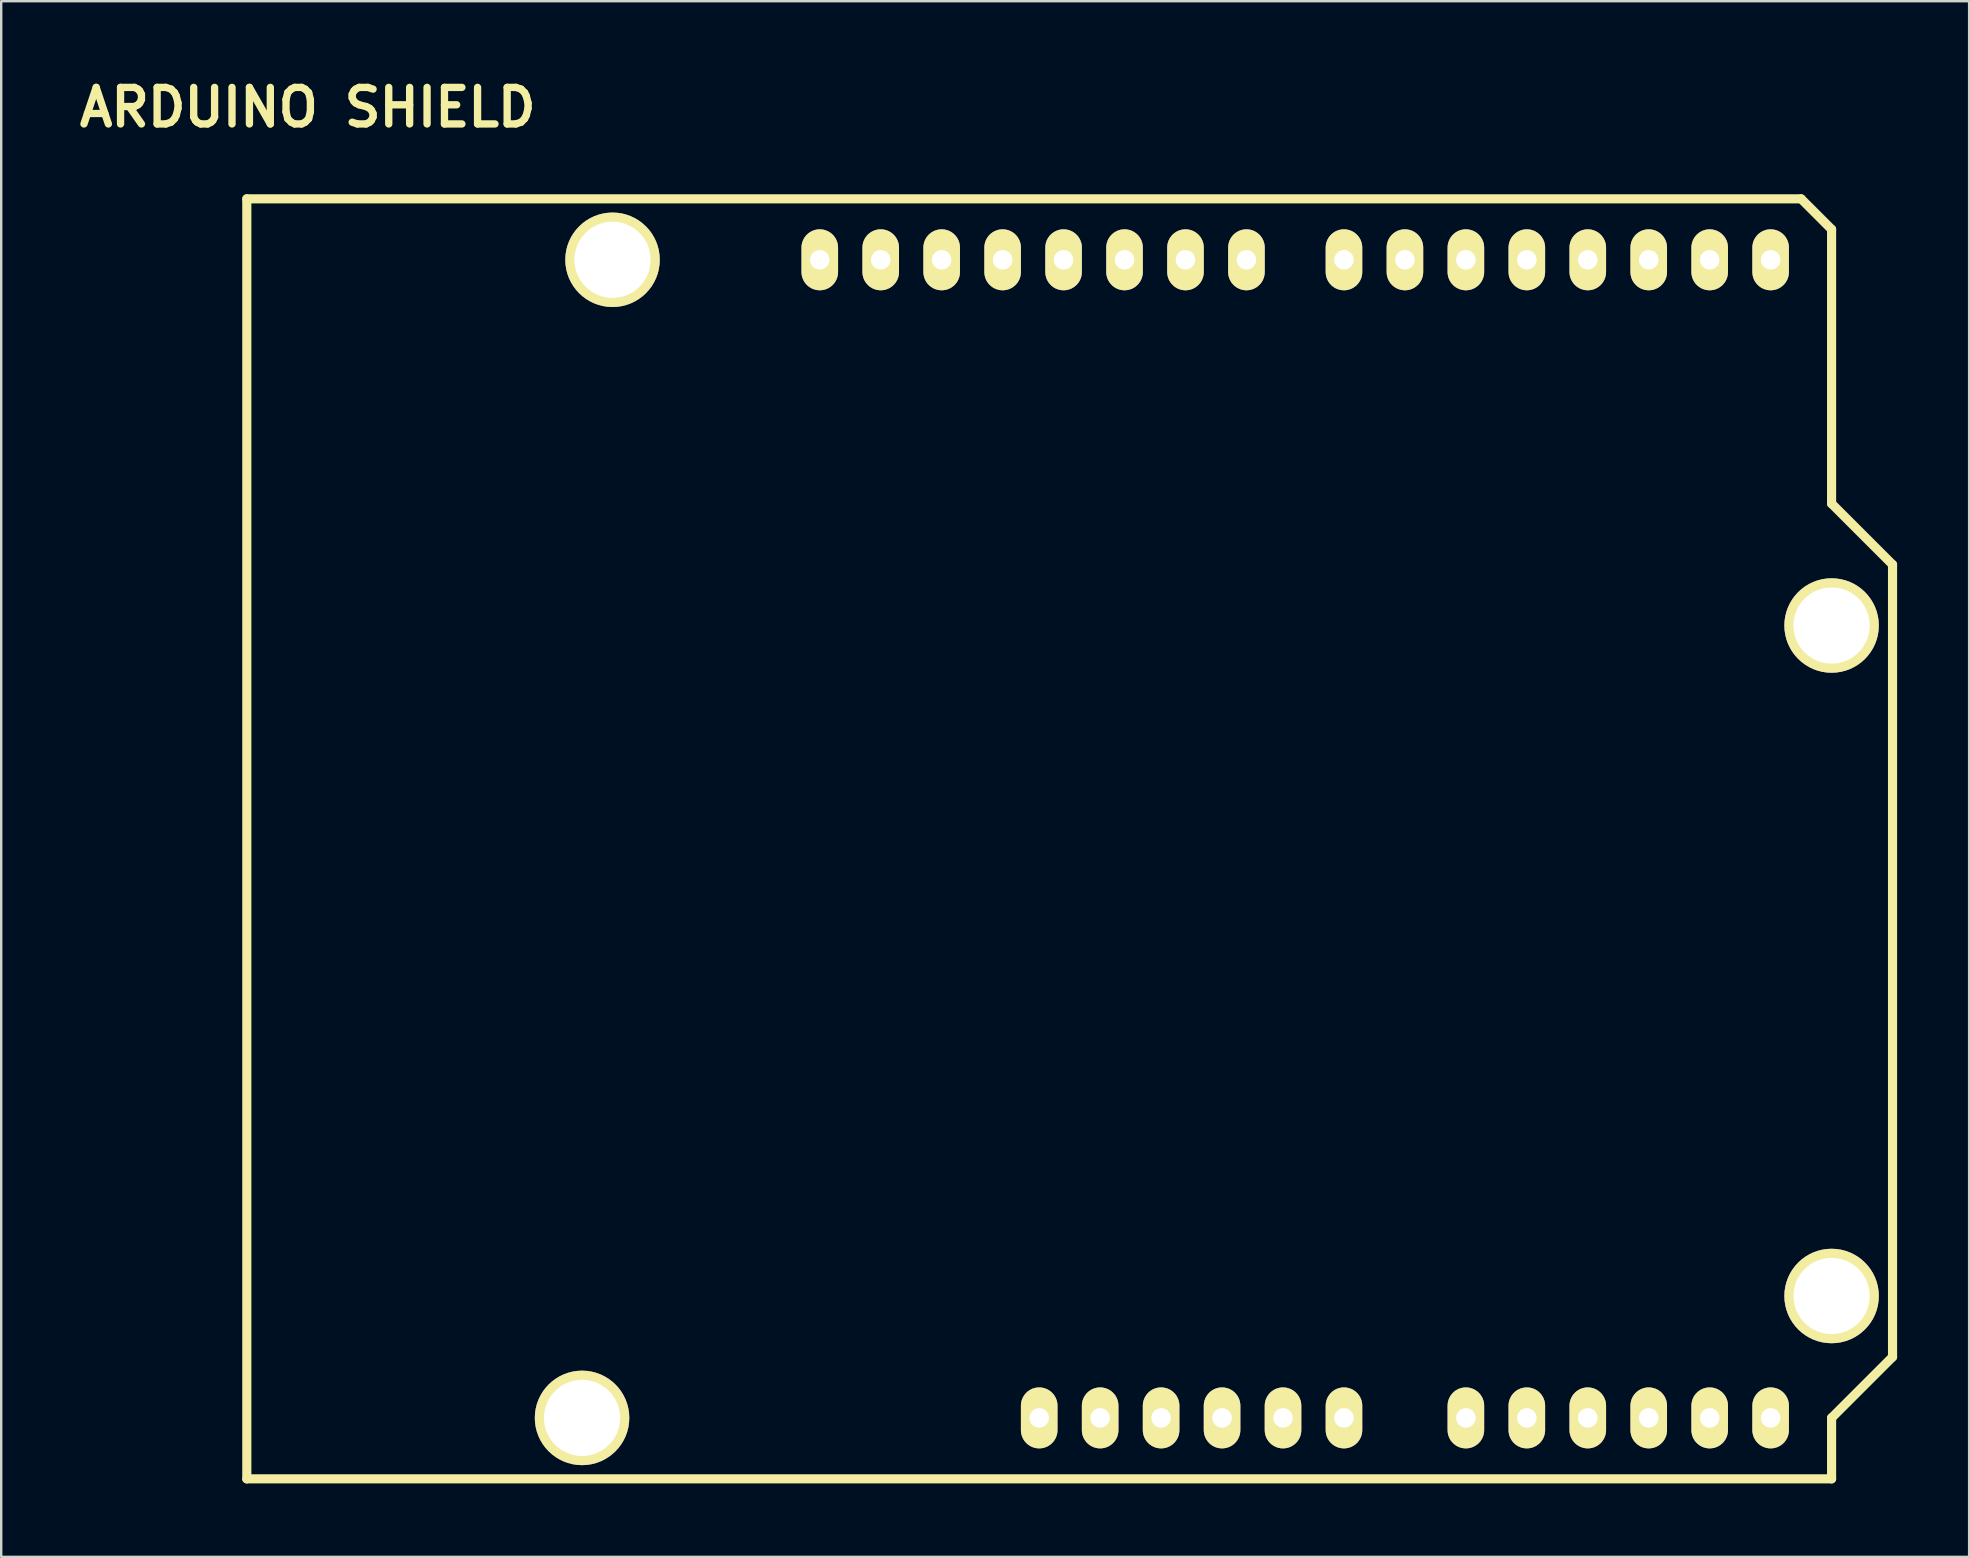
<source format=kicad_pcb>
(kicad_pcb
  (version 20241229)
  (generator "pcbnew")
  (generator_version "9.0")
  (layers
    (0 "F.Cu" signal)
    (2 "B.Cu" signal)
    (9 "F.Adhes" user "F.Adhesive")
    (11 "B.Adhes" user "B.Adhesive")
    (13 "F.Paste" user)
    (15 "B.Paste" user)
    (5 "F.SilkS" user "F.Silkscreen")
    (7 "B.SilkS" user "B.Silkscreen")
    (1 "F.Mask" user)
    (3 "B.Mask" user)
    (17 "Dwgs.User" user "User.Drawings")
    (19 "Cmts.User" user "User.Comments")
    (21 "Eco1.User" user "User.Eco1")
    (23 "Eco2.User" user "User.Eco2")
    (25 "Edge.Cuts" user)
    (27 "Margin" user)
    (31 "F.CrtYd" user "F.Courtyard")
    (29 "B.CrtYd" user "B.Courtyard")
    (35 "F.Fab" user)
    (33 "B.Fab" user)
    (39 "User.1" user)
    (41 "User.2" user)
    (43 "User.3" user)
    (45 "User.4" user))
  (footprint "ARDUINO SHIELD"
    (layer "F.Cu")
    (at 7.235 58.576)
    (property "Reference" "ARDUINO SHIELD" (at 2.54 -57.15 0) (layer "F.SilkS") (effects (font (size 1.524 1.524) (thickness 0.305))))
    (attr through_hole)
    (fp_line (start 0 0) (end 0 -53.34) (stroke (width 0.381) (type solid)) (layer "F.SilkS"))
    (fp_line (start 64.77 -53.34) (end 0 -53.34) (stroke (width 0.381) (type solid)) (layer "F.SilkS"))
    (fp_line (start 66.04 -52.07) (end 64.77 -53.34) (stroke (width 0.381) (type solid)) (layer "F.SilkS"))
    (fp_line (start 66.04 -40.64) (end 66.04 -52.07) (stroke (width 0.381) (type solid)) (layer "F.SilkS"))
    (fp_line (start 66.04 -40.64) (end 68.58 -38.1) (stroke (width 0.381) (type solid)) (layer "F.SilkS"))
    (fp_line (start 66.04 -2.54) (end 66.04 0) (stroke (width 0.381) (type solid)) (layer "F.SilkS"))
    (fp_line (start 66.04 0) (end 0 0) (stroke (width 0.381) (type solid)) (layer "F.SilkS"))
    (fp_line (start 68.58 -38.1) (end 68.58 -5.08) (stroke (width 0.381) (type solid)) (layer "F.SilkS"))
    (fp_line (start 68.58 -5.08) (end 66.04 -2.54) (stroke (width 0.381) (type solid)) (layer "F.SilkS"))
    (pad "" thru_hole circle (at 13.97 -2.54 90) (size 3.937 3.937) (drill 3.175) (layers "*.Cu" "*.Mask" "F.SilkS"))
    (pad "" thru_hole circle (at 15.24 -50.8 90) (size 3.937 3.937) (drill 3.175) (layers "*.Cu" "*.Mask" "F.SilkS"))
    (pad "" thru_hole circle (at 66.04 -35.56 90) (size 3.937 3.937) (drill 3.175) (layers "*.Cu" "*.Mask" "F.SilkS"))
    (pad "" thru_hole circle (at 66.04 -7.62 90) (size 3.937 3.937) (drill 3.175) (layers "*.Cu" "*.Mask" "F.SilkS"))
    (pad "0" thru_hole oval (at 63.5 -50.8 90) (size 2.54 1.524) (drill 0.813) (layers "*.Cu" "*.Mask" "F.SilkS"))
    (pad "1" thru_hole oval (at 60.96 -50.8 90) (size 2.54 1.524) (drill 0.813) (layers "*.Cu" "*.Mask" "F.SilkS"))
    (pad "2" thru_hole oval (at 58.42 -50.8 90) (size 2.54 1.524) (drill 0.813) (layers "*.Cu" "*.Mask" "F.SilkS"))
    (pad "3" thru_hole oval (at 55.88 -50.8 90) (size 2.54 1.524) (drill 0.813) (layers "*.Cu" "*.Mask" "F.SilkS"))
    (pad "3V3" thru_hole oval (at 35.56 -2.54 90) (size 2.54 1.524) (drill 0.813) (layers "*.Cu" "*.Mask" "F.SilkS"))
    (pad "4" thru_hole oval (at 53.34 -50.8 90) (size 2.54 1.524) (drill 0.813) (layers "*.Cu" "*.Mask" "F.SilkS"))
    (pad "5" thru_hole oval (at 50.8 -50.8 90) (size 2.54 1.524) (drill 0.813) (layers "*.Cu" "*.Mask" "F.SilkS"))
    (pad "5V" thru_hole oval (at 38.1 -2.54 90) (size 2.54 1.524) (drill 0.813) (layers "*.Cu" "*.Mask" "F.SilkS"))
    (pad "6" thru_hole oval (at 48.26 -50.8 90) (size 2.54 1.524) (drill 0.813) (layers "*.Cu" "*.Mask" "F.SilkS"))
    (pad "7" thru_hole oval (at 45.72 -50.8 90) (size 2.54 1.524) (drill 0.813) (layers "*.Cu" "*.Mask" "F.SilkS"))
    (pad "8" thru_hole oval (at 41.656 -50.8 90) (size 2.54 1.524) (drill 0.813) (layers "*.Cu" "*.Mask" "F.SilkS"))
    (pad "9" thru_hole oval (at 39.116 -50.8 90) (size 2.54 1.524) (drill 0.813) (layers "*.Cu" "*.Mask" "F.SilkS"))
    (pad "10" thru_hole oval (at 36.576 -50.8 90) (size 2.54 1.524) (drill 0.813) (layers "*.Cu" "*.Mask" "F.SilkS"))
    (pad "11" thru_hole oval (at 34.036 -50.8 90) (size 2.54 1.524) (drill 0.813) (layers "*.Cu" "*.Mask" "F.SilkS"))
    (pad "12" thru_hole oval (at 31.496 -50.8 90) (size 2.54 1.524) (drill 0.813) (layers "*.Cu" "*.Mask" "F.SilkS"))
    (pad "13" thru_hole oval (at 28.956 -50.8 90) (size 2.54 1.524) (drill 0.813) (layers "*.Cu" "*.Mask" "F.SilkS"))
    (pad "AD0" thru_hole oval (at 50.8 -2.54 90) (size 2.54 1.524) (drill 0.813) (layers "*.Cu" "*.Mask" "F.SilkS"))
    (pad "AD1" thru_hole oval (at 53.34 -2.54 90) (size 2.54 1.524) (drill 0.813) (layers "*.Cu" "*.Mask" "F.SilkS"))
    (pad "AD2" thru_hole oval (at 55.88 -2.54 90) (size 2.54 1.524) (drill 0.813) (layers "*.Cu" "*.Mask" "F.SilkS"))
    (pad "AD3" thru_hole oval (at 58.42 -2.54 90) (size 2.54 1.524) (drill 0.813) (layers "*.Cu" "*.Mask" "F.SilkS"))
    (pad "AD4" thru_hole oval (at 60.96 -2.54 90) (size 2.54 1.524) (drill 0.813) (layers "*.Cu" "*.Mask" "F.SilkS"))
    (pad "AD5" thru_hole oval (at 63.5 -2.54 90) (size 2.54 1.524) (drill 0.813) (layers "*.Cu" "*.Mask" "F.SilkS"))
    (pad "AREF" thru_hole oval (at 23.876 -50.8 90) (size 2.54 1.524) (drill 0.813) (layers "*.Cu" "*.Mask" "F.SilkS"))
    (pad "GND1" thru_hole oval (at 40.64 -2.54 90) (size 2.54 1.524) (drill 0.813) (layers "*.Cu" "*.Mask" "F.SilkS"))
    (pad "GND2" thru_hole oval (at 43.18 -2.54 90) (size 2.54 1.524) (drill 0.813) (layers "*.Cu" "*.Mask" "F.SilkS"))
    (pad "GND3" thru_hole oval (at 26.416 -50.8 90) (size 2.54 1.524) (drill 0.813) (layers "*.Cu" "*.Mask" "F.SilkS"))
    (pad "RST" thru_hole oval (at 33.02 -2.54 90) (size 2.54 1.524) (drill 0.813) (layers "*.Cu" "*.Mask" "F.SilkS"))
    (pad "V_IN" thru_hole oval (at 45.72 -2.54 90) (size 2.54 1.524) (drill 0.813) (layers "*.Cu" "*.Mask" "F.SilkS")))
  (gr_rect
    (start -3 -3)
    (end 79.006 61.826)
    (stroke (width 0.1) (type default))
    (fill no)
    (layer "Edge.Cuts")))
</source>
